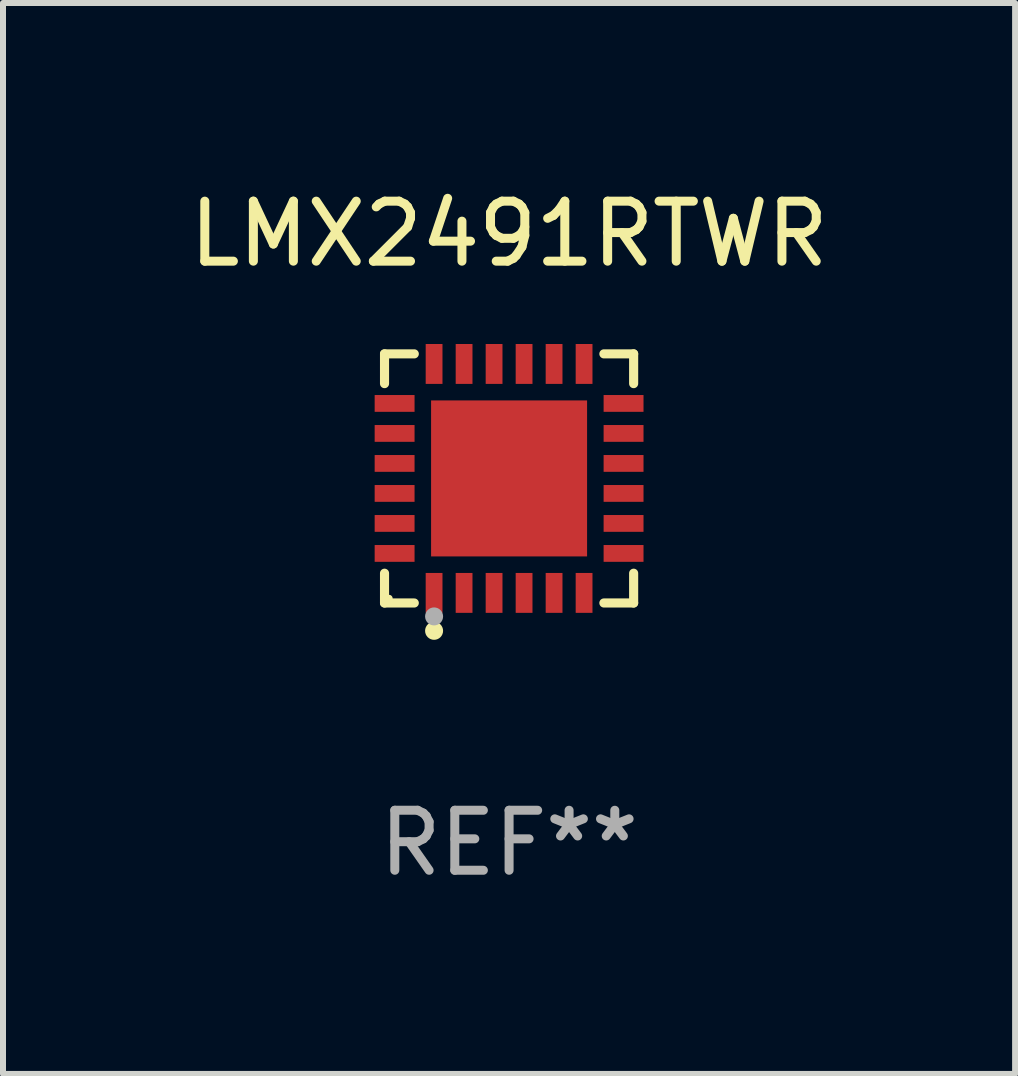
<source format=kicad_pcb>
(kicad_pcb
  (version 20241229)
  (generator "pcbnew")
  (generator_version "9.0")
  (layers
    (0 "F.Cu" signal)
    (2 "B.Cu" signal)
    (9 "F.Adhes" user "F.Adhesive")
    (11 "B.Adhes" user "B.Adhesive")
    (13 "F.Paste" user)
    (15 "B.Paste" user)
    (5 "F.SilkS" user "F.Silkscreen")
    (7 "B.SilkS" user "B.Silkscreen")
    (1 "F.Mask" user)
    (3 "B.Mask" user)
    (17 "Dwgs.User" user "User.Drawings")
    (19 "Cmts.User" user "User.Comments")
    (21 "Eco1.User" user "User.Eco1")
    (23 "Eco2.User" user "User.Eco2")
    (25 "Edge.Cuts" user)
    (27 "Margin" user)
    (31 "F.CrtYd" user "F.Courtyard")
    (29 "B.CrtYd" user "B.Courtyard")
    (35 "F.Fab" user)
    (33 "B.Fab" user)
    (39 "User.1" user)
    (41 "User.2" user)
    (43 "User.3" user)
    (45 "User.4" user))
  (footprint "LMX2491RTWR"
    (layer "F.Cu")
    (at 5.435 4.924)
    (property "Reference" "LMX2491RTWR" (at 0 -4.076 0) (layer "F.SilkS") (effects (font (size 1 1) (thickness 0.15))))
    (attr through_hole)
    (fp_line (start -2.076 -2.076) (end -1.58 -2.076) (stroke (width 0.152) (type solid)) (layer "F.SilkS"))
    (fp_line (start -2.076 -1.58) (end -2.076 -2.076) (stroke (width 0.152) (type solid)) (layer "F.SilkS"))
    (fp_line (start -2.076 1.58) (end -2.076 2.076) (stroke (width 0.152) (type solid)) (layer "F.SilkS"))
    (fp_line (start -2.076 2.076) (end -1.58 2.076) (stroke (width 0.152) (type solid)) (layer "F.SilkS"))
    (fp_line (start 2.076 -2.076) (end 1.58 -2.076) (stroke (width 0.152) (type solid)) (layer "F.SilkS"))
    (fp_line (start 2.076 -1.58) (end 2.076 -2.076) (stroke (width 0.152) (type solid)) (layer "F.SilkS"))
    (fp_line (start 2.076 1.58) (end 2.076 2.076) (stroke (width 0.152) (type solid)) (layer "F.SilkS"))
    (fp_line (start 2.076 2.076) (end 1.58 2.076) (stroke (width 0.152) (type solid)) (layer "F.SilkS"))
    (fp_circle (center -2 2) (end -1.97 2) (stroke (width 0.06) (type solid)) (fill no) (layer "F.SilkS"))
    (fp_circle (center -1.25 2.54) (end -1.175 2.54) (stroke (width 0.15) (type solid)) (fill no) (layer "F.SilkS"))
    (fp_circle (center -1.25 2.3) (end -1.175 2.3) (stroke (width 0.15) (type solid)) (fill no) (layer "F.Fab"))
    (fp_text user "REF**" (at 0 6.076 0) (layer "F.Fab") (effects (font (size 1 1) (thickness 0.15))))
    (pad "1" smd rect (at -1.25 1.908) (size 0.28 0.665) (layers "F.Cu" "F.Mask" "F.Paste"))
    (pad "2" smd rect (at -0.75 1.908) (size 0.28 0.665) (layers "F.Cu" "F.Mask" "F.Paste"))
    (pad "3" smd rect (at -0.25 1.908) (size 0.28 0.665) (layers "F.Cu" "F.Mask" "F.Paste"))
    (pad "4" smd rect (at 0.25 1.908) (size 0.28 0.665) (layers "F.Cu" "F.Mask" "F.Paste"))
    (pad "5" smd rect (at 0.75 1.908) (size 0.28 0.665) (layers "F.Cu" "F.Mask" "F.Paste"))
    (pad "6" smd rect (at 1.25 1.908) (size 0.28 0.665) (layers "F.Cu" "F.Mask" "F.Paste"))
    (pad "7" smd rect (at 1.908 1.25) (size 0.665 0.28) (layers "F.Cu" "F.Mask" "F.Paste"))
    (pad "8" smd rect (at 1.908 0.75) (size 0.665 0.28) (layers "F.Cu" "F.Mask" "F.Paste"))
    (pad "9" smd rect (at 1.908 0.25) (size 0.665 0.28) (layers "F.Cu" "F.Mask" "F.Paste"))
    (pad "10" smd rect (at 1.908 -0.25) (size 0.665 0.28) (layers "F.Cu" "F.Mask" "F.Paste"))
    (pad "11" smd rect (at 1.908 -0.75) (size 0.665 0.28) (layers "F.Cu" "F.Mask" "F.Paste"))
    (pad "12" smd rect (at 1.908 -1.25) (size 0.665 0.28) (layers "F.Cu" "F.Mask" "F.Paste"))
    (pad "13" smd rect (at 1.25 -1.908) (size 0.28 0.665) (layers "F.Cu" "F.Mask" "F.Paste"))
    (pad "14" smd rect (at 0.75 -1.908) (size 0.28 0.665) (layers "F.Cu" "F.Mask" "F.Paste"))
    (pad "15" smd rect (at 0.25 -1.908) (size 0.28 0.665) (layers "F.Cu" "F.Mask" "F.Paste"))
    (pad "16" smd rect (at -0.25 -1.908) (size 0.28 0.665) (layers "F.Cu" "F.Mask" "F.Paste"))
    (pad "17" smd rect (at -0.75 -1.908) (size 0.28 0.665) (layers "F.Cu" "F.Mask" "F.Paste"))
    (pad "18" smd rect (at -1.25 -1.908) (size 0.28 0.665) (layers "F.Cu" "F.Mask" "F.Paste"))
    (pad "19" smd rect (at -1.908 -1.25) (size 0.665 0.28) (layers "F.Cu" "F.Mask" "F.Paste"))
    (pad "20" smd rect (at -1.908 -0.75) (size 0.665 0.28) (layers "F.Cu" "F.Mask" "F.Paste"))
    (pad "21" smd rect (at -1.908 -0.25) (size 0.665 0.28) (layers "F.Cu" "F.Mask" "F.Paste"))
    (pad "22" smd rect (at -1.908 0.25) (size 0.665 0.28) (layers "F.Cu" "F.Mask" "F.Paste"))
    (pad "23" smd rect (at -1.908 0.75) (size 0.665 0.28) (layers "F.Cu" "F.Mask" "F.Paste"))
    (pad "24" smd rect (at -1.908 1.25) (size 0.665 0.28) (layers "F.Cu" "F.Mask" "F.Paste"))
    (pad "25" smd rect (at 0 0) (size 2.6 2.6) (layers "F.Cu" "F.Mask" "F.Paste")))
  (gr_rect
    (start -3 -3)
    (end 13.869 14.849)
    (stroke (width 0.1) (type default))
    (fill no)
    (layer "Edge.Cuts")))
</source>
